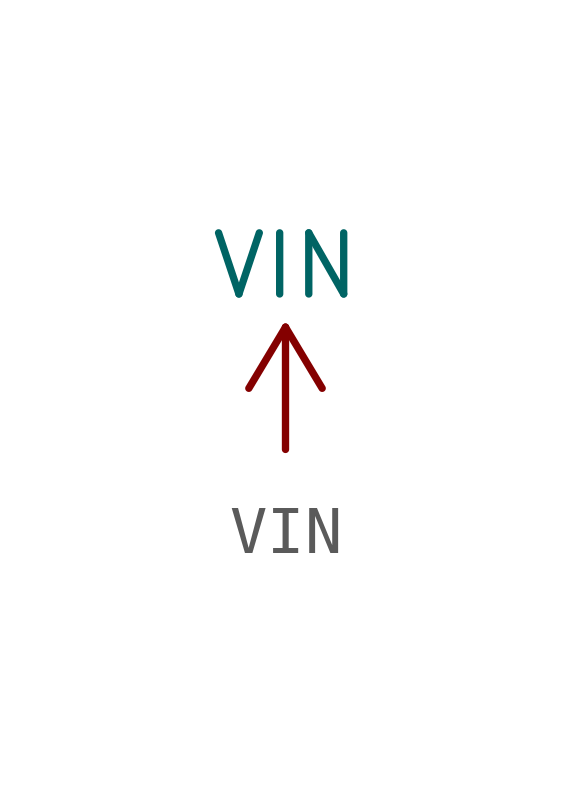
<source format=kicad_sym>
(kicad_symbol_lib
  (version 20220914)
  (generator kicad_symbol_editor)
  (symbol "VIN"
    (power)
    (pin_names
      (offset 0))
    (property "Reference" "#PWR"
      (at 0 -3.81 0)
      (effects (font (size 1.27 1.27)) hide))
    (property "Value" "VIN"
      (at 0 3.81 0)
      (effects (font (size 1.27 1.27))))
    (symbol "VIN_0_1"
      (polyline (pts (xy -0.762 1.27) (xy 0 2.54)) (stroke (width 0) (type default)) (fill (type none)))
      (polyline (pts (xy 0 0) (xy 0 2.54)) (stroke (width 0) (type default)) (fill (type none)))
      (polyline (pts (xy 0 2.54) (xy 0.762 1.27)) (stroke (width 0) (type default)) (fill (type none))))
    (symbol "VIN_1_1"
      (pin power_in line (at 0 0 90) (length 0) hide (name "VCC" (effects (font (size 1.27 1.27)))) (number "1" (effects (font (size 1.27 1.27))))))))
</source>
